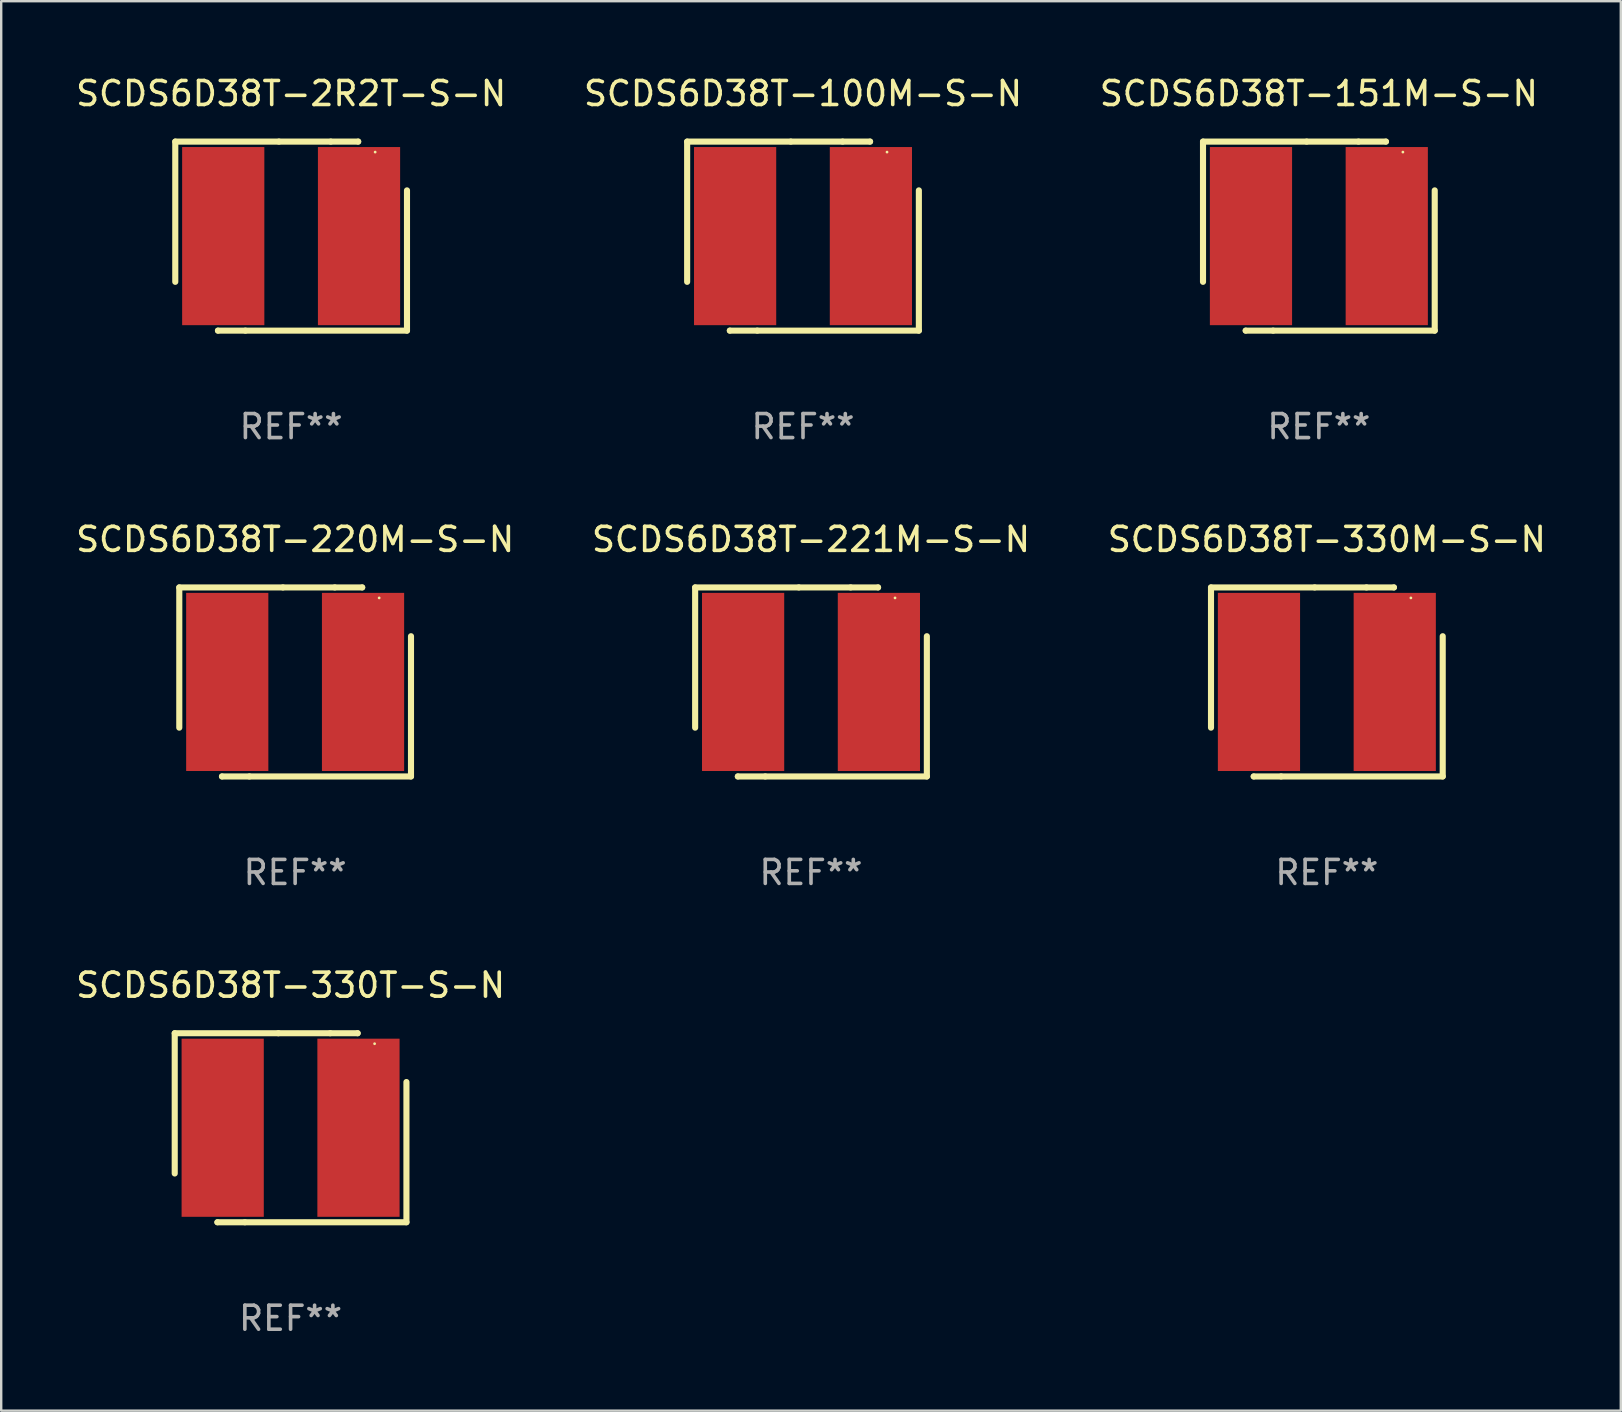
<source format=kicad_pcb>
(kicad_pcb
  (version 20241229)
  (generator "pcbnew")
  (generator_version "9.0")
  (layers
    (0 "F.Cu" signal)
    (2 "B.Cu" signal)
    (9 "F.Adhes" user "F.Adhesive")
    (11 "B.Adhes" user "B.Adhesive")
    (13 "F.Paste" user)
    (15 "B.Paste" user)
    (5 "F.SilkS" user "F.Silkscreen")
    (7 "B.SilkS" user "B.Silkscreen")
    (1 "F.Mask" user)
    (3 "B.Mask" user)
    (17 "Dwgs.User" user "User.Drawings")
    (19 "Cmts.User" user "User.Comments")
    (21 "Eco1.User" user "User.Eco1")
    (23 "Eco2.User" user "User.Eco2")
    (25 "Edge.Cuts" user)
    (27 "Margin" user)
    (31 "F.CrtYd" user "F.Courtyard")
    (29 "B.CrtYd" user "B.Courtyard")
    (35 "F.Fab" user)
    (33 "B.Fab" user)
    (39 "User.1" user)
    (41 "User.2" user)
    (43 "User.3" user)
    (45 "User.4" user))
  (footprint "SCDS6D38T-330T-S-N"
    (layer "F.Cu")
    (at 9.054 43.926)
    (property "Reference" "SCDS6D38T-330T-S-N" (at 0 -5.937 0) (layer "F.SilkS") (effects (font (size 1 1) (thickness 0.15))))
    (attr through_hole)
    (fp_line (start -4.826 -3.937) (end -0.508 -3.937) (stroke (width 0.254) (type solid)) (layer "F.SilkS"))
    (fp_line (start -4.826 1.905) (end -4.826 -3.937) (stroke (width 0.254) (type solid)) (layer "F.SilkS"))
    (fp_line (start -3.048 3.937) (end -3.048 3.937) (stroke (width 0.254) (type solid)) (layer "F.SilkS"))
    (fp_line (start -1.905 3.937) (end -3.048 3.937) (stroke (width 0.254) (type solid)) (layer "F.SilkS"))
    (fp_line (start -0.508 -3.937) (end 1.651 -3.937) (stroke (width 0.254) (type solid)) (layer "F.SilkS"))
    (fp_line (start 1.651 -3.937) (end 2.794 -3.937) (stroke (width 0.254) (type solid)) (layer "F.SilkS"))
    (fp_line (start 2.794 -3.937) (end 2.794 -3.937) (stroke (width 0.254) (type solid)) (layer "F.SilkS"))
    (fp_line (start 4.826 -1.905) (end 4.826 3.937) (stroke (width 0.254) (type solid)) (layer "F.SilkS"))
    (fp_line (start 4.826 3.937) (end -1.905 3.937) (stroke (width 0.254) (type solid)) (layer "F.SilkS"))
    (fp_circle (center 3.5 -3.5) (end 3.53 -3.5) (stroke (width 0.06) (type solid)) (fill no) (layer "F.SilkS"))
    (fp_text user "REF**" (at 0 7.937 0) (layer "F.Fab") (effects (font (size 1 1) (thickness 0.15))))
    (pad "1" smd rect (at 2.828 0) (size 3.424 7.42) (layers "F.Cu" "F.Mask" "F.Paste"))
    (pad "2" smd rect (at -2.828 0) (size 3.424 7.42) (layers "F.Cu" "F.Mask" "F.Paste")))
  (footprint "SCDS6D38T-100M-S-N"
    (layer "F.Cu")
    (at 30.399 6.785)
    (property "Reference" "SCDS6D38T-100M-S-N" (at 0 -5.937 0) (layer "F.SilkS") (effects (font (size 1 1) (thickness 0.15))))
    (attr through_hole)
    (fp_line (start -4.826 -3.937) (end -0.508 -3.937) (stroke (width 0.254) (type solid)) (layer "F.SilkS"))
    (fp_line (start -4.826 1.905) (end -4.826 -3.937) (stroke (width 0.254) (type solid)) (layer "F.SilkS"))
    (fp_line (start -3.048 3.937) (end -3.048 3.937) (stroke (width 0.254) (type solid)) (layer "F.SilkS"))
    (fp_line (start -1.905 3.937) (end -3.048 3.937) (stroke (width 0.254) (type solid)) (layer "F.SilkS"))
    (fp_line (start -0.508 -3.937) (end 1.651 -3.937) (stroke (width 0.254) (type solid)) (layer "F.SilkS"))
    (fp_line (start 1.651 -3.937) (end 2.794 -3.937) (stroke (width 0.254) (type solid)) (layer "F.SilkS"))
    (fp_line (start 2.794 -3.937) (end 2.794 -3.937) (stroke (width 0.254) (type solid)) (layer "F.SilkS"))
    (fp_line (start 4.826 -1.905) (end 4.826 3.937) (stroke (width 0.254) (type solid)) (layer "F.SilkS"))
    (fp_line (start 4.826 3.937) (end -1.905 3.937) (stroke (width 0.254) (type solid)) (layer "F.SilkS"))
    (fp_circle (center 3.5 -3.5) (end 3.53 -3.5) (stroke (width 0.06) (type solid)) (fill no) (layer "F.SilkS"))
    (fp_text user "REF**" (at 0 7.937 0) (layer "F.Fab") (effects (font (size 1 1) (thickness 0.15))))
    (pad "1" smd rect (at 2.828 0) (size 3.424 7.42) (layers "F.Cu" "F.Mask" "F.Paste"))
    (pad "2" smd rect (at -2.828 0) (size 3.424 7.42) (layers "F.Cu" "F.Mask" "F.Paste")))
  (footprint "SCDS6D38T-221M-S-N"
    (layer "F.Cu")
    (at 30.732 25.356)
    (property "Reference" "SCDS6D38T-221M-S-N" (at 0 -5.937 0) (layer "F.SilkS") (effects (font (size 1 1) (thickness 0.15))))
    (attr through_hole)
    (fp_line (start -4.826 -3.937) (end -0.508 -3.937) (stroke (width 0.254) (type solid)) (layer "F.SilkS"))
    (fp_line (start -4.826 1.905) (end -4.826 -3.937) (stroke (width 0.254) (type solid)) (layer "F.SilkS"))
    (fp_line (start -3.048 3.937) (end -3.048 3.937) (stroke (width 0.254) (type solid)) (layer "F.SilkS"))
    (fp_line (start -1.905 3.937) (end -3.048 3.937) (stroke (width 0.254) (type solid)) (layer "F.SilkS"))
    (fp_line (start -0.508 -3.937) (end 1.651 -3.937) (stroke (width 0.254) (type solid)) (layer "F.SilkS"))
    (fp_line (start 1.651 -3.937) (end 2.794 -3.937) (stroke (width 0.254) (type solid)) (layer "F.SilkS"))
    (fp_line (start 2.794 -3.937) (end 2.794 -3.937) (stroke (width 0.254) (type solid)) (layer "F.SilkS"))
    (fp_line (start 4.826 -1.905) (end 4.826 3.937) (stroke (width 0.254) (type solid)) (layer "F.SilkS"))
    (fp_line (start 4.826 3.937) (end -1.905 3.937) (stroke (width 0.254) (type solid)) (layer "F.SilkS"))
    (fp_circle (center 3.5 -3.5) (end 3.53 -3.5) (stroke (width 0.06) (type solid)) (fill no) (layer "F.SilkS"))
    (fp_text user "REF**" (at 0 7.937 0) (layer "F.Fab") (effects (font (size 1 1) (thickness 0.15))))
    (pad "1" smd rect (at 2.828 0) (size 3.424 7.42) (layers "F.Cu" "F.Mask" "F.Paste"))
    (pad "2" smd rect (at -2.828 0) (size 3.424 7.42) (layers "F.Cu" "F.Mask" "F.Paste")))
  (footprint "SCDS6D38T-151M-S-N"
    (layer "F.Cu")
    (at 51.887 6.785)
    (property "Reference" "SCDS6D38T-151M-S-N" (at 0 -5.937 0) (layer "F.SilkS") (effects (font (size 1 1) (thickness 0.15))))
    (attr through_hole)
    (fp_line (start -4.826 -3.937) (end -0.508 -3.937) (stroke (width 0.254) (type solid)) (layer "F.SilkS"))
    (fp_line (start -4.826 1.905) (end -4.826 -3.937) (stroke (width 0.254) (type solid)) (layer "F.SilkS"))
    (fp_line (start -3.048 3.937) (end -3.048 3.937) (stroke (width 0.254) (type solid)) (layer "F.SilkS"))
    (fp_line (start -1.905 3.937) (end -3.048 3.937) (stroke (width 0.254) (type solid)) (layer "F.SilkS"))
    (fp_line (start -0.508 -3.937) (end 1.651 -3.937) (stroke (width 0.254) (type solid)) (layer "F.SilkS"))
    (fp_line (start 1.651 -3.937) (end 2.794 -3.937) (stroke (width 0.254) (type solid)) (layer "F.SilkS"))
    (fp_line (start 2.794 -3.937) (end 2.794 -3.937) (stroke (width 0.254) (type solid)) (layer "F.SilkS"))
    (fp_line (start 4.826 -1.905) (end 4.826 3.937) (stroke (width 0.254) (type solid)) (layer "F.SilkS"))
    (fp_line (start 4.826 3.937) (end -1.905 3.937) (stroke (width 0.254) (type solid)) (layer "F.SilkS"))
    (fp_circle (center 3.5 -3.5) (end 3.53 -3.5) (stroke (width 0.06) (type solid)) (fill no) (layer "F.SilkS"))
    (fp_text user "REF**" (at 0 7.937 0) (layer "F.Fab") (effects (font (size 1 1) (thickness 0.15))))
    (pad "1" smd rect (at 2.828 0) (size 3.424 7.42) (layers "F.Cu" "F.Mask" "F.Paste"))
    (pad "2" smd rect (at -2.828 0) (size 3.424 7.42) (layers "F.Cu" "F.Mask" "F.Paste")))
  (footprint "SCDS6D38T-2R2T-S-N"
    (layer "F.Cu")
    (at 9.077 6.785)
    (property "Reference" "SCDS6D38T-2R2T-S-N" (at 0 -5.937 0) (layer "F.SilkS") (effects (font (size 1 1) (thickness 0.15))))
    (attr through_hole)
    (fp_line (start -4.826 -3.937) (end -0.508 -3.937) (stroke (width 0.254) (type solid)) (layer "F.SilkS"))
    (fp_line (start -4.826 1.905) (end -4.826 -3.937) (stroke (width 0.254) (type solid)) (layer "F.SilkS"))
    (fp_line (start -3.048 3.937) (end -3.048 3.937) (stroke (width 0.254) (type solid)) (layer "F.SilkS"))
    (fp_line (start -1.905 3.937) (end -3.048 3.937) (stroke (width 0.254) (type solid)) (layer "F.SilkS"))
    (fp_line (start -0.508 -3.937) (end 1.651 -3.937) (stroke (width 0.254) (type solid)) (layer "F.SilkS"))
    (fp_line (start 1.651 -3.937) (end 2.794 -3.937) (stroke (width 0.254) (type solid)) (layer "F.SilkS"))
    (fp_line (start 2.794 -3.937) (end 2.794 -3.937) (stroke (width 0.254) (type solid)) (layer "F.SilkS"))
    (fp_line (start 4.826 -1.905) (end 4.826 3.937) (stroke (width 0.254) (type solid)) (layer "F.SilkS"))
    (fp_line (start 4.826 3.937) (end -1.905 3.937) (stroke (width 0.254) (type solid)) (layer "F.SilkS"))
    (fp_circle (center 3.5 -3.5) (end 3.53 -3.5) (stroke (width 0.06) (type solid)) (fill no) (layer "F.SilkS"))
    (fp_text user "REF**" (at 0 7.937 0) (layer "F.Fab") (effects (font (size 1 1) (thickness 0.15))))
    (pad "1" smd rect (at 2.828 0) (size 3.424 7.42) (layers "F.Cu" "F.Mask" "F.Paste"))
    (pad "2" smd rect (at -2.828 0) (size 3.424 7.42) (layers "F.Cu" "F.Mask" "F.Paste")))
  (footprint "SCDS6D38T-220M-S-N"
    (layer "F.Cu")
    (at 9.244 25.356)
    (property "Reference" "SCDS6D38T-220M-S-N" (at 0 -5.937 0) (layer "F.SilkS") (effects (font (size 1 1) (thickness 0.15))))
    (attr through_hole)
    (fp_line (start -4.826 -3.937) (end -0.508 -3.937) (stroke (width 0.254) (type solid)) (layer "F.SilkS"))
    (fp_line (start -4.826 1.905) (end -4.826 -3.937) (stroke (width 0.254) (type solid)) (layer "F.SilkS"))
    (fp_line (start -3.048 3.937) (end -3.048 3.937) (stroke (width 0.254) (type solid)) (layer "F.SilkS"))
    (fp_line (start -1.905 3.937) (end -3.048 3.937) (stroke (width 0.254) (type solid)) (layer "F.SilkS"))
    (fp_line (start -0.508 -3.937) (end 1.651 -3.937) (stroke (width 0.254) (type solid)) (layer "F.SilkS"))
    (fp_line (start 1.651 -3.937) (end 2.794 -3.937) (stroke (width 0.254) (type solid)) (layer "F.SilkS"))
    (fp_line (start 2.794 -3.937) (end 2.794 -3.937) (stroke (width 0.254) (type solid)) (layer "F.SilkS"))
    (fp_line (start 4.826 -1.905) (end 4.826 3.937) (stroke (width 0.254) (type solid)) (layer "F.SilkS"))
    (fp_line (start 4.826 3.937) (end -1.905 3.937) (stroke (width 0.254) (type solid)) (layer "F.SilkS"))
    (fp_circle (center 3.5 -3.5) (end 3.53 -3.5) (stroke (width 0.06) (type solid)) (fill no) (layer "F.SilkS"))
    (fp_text user "REF**" (at 0 7.937 0) (layer "F.Fab") (effects (font (size 1 1) (thickness 0.15))))
    (pad "1" smd rect (at 2.828 0) (size 3.424 7.42) (layers "F.Cu" "F.Mask" "F.Paste"))
    (pad "2" smd rect (at -2.828 0) (size 3.424 7.42) (layers "F.Cu" "F.Mask" "F.Paste")))
  (footprint "SCDS6D38T-330M-S-N"
    (layer "F.Cu")
    (at 52.22 25.356)
    (property "Reference" "SCDS6D38T-330M-S-N" (at 0 -5.937 0) (layer "F.SilkS") (effects (font (size 1 1) (thickness 0.15))))
    (attr through_hole)
    (fp_line (start -4.826 -3.937) (end -0.508 -3.937) (stroke (width 0.254) (type solid)) (layer "F.SilkS"))
    (fp_line (start -4.826 1.905) (end -4.826 -3.937) (stroke (width 0.254) (type solid)) (layer "F.SilkS"))
    (fp_line (start -3.048 3.937) (end -3.048 3.937) (stroke (width 0.254) (type solid)) (layer "F.SilkS"))
    (fp_line (start -1.905 3.937) (end -3.048 3.937) (stroke (width 0.254) (type solid)) (layer "F.SilkS"))
    (fp_line (start -0.508 -3.937) (end 1.651 -3.937) (stroke (width 0.254) (type solid)) (layer "F.SilkS"))
    (fp_line (start 1.651 -3.937) (end 2.794 -3.937) (stroke (width 0.254) (type solid)) (layer "F.SilkS"))
    (fp_line (start 2.794 -3.937) (end 2.794 -3.937) (stroke (width 0.254) (type solid)) (layer "F.SilkS"))
    (fp_line (start 4.826 -1.905) (end 4.826 3.937) (stroke (width 0.254) (type solid)) (layer "F.SilkS"))
    (fp_line (start 4.826 3.937) (end -1.905 3.937) (stroke (width 0.254) (type solid)) (layer "F.SilkS"))
    (fp_circle (center 3.5 -3.5) (end 3.53 -3.5) (stroke (width 0.06) (type solid)) (fill no) (layer "F.SilkS"))
    (fp_text user "REF**" (at 0 7.937 0) (layer "F.Fab") (effects (font (size 1 1) (thickness 0.15))))
    (pad "1" smd rect (at 2.828 0) (size 3.424 7.42) (layers "F.Cu" "F.Mask" "F.Paste"))
    (pad "2" smd rect (at -2.828 0) (size 3.424 7.42) (layers "F.Cu" "F.Mask" "F.Paste")))
  (gr_rect
    (start -3 -3)
    (end 64.464 55.712)
    (stroke (width 0.1) (type default))
    (fill no)
    (layer "Edge.Cuts")))
</source>
